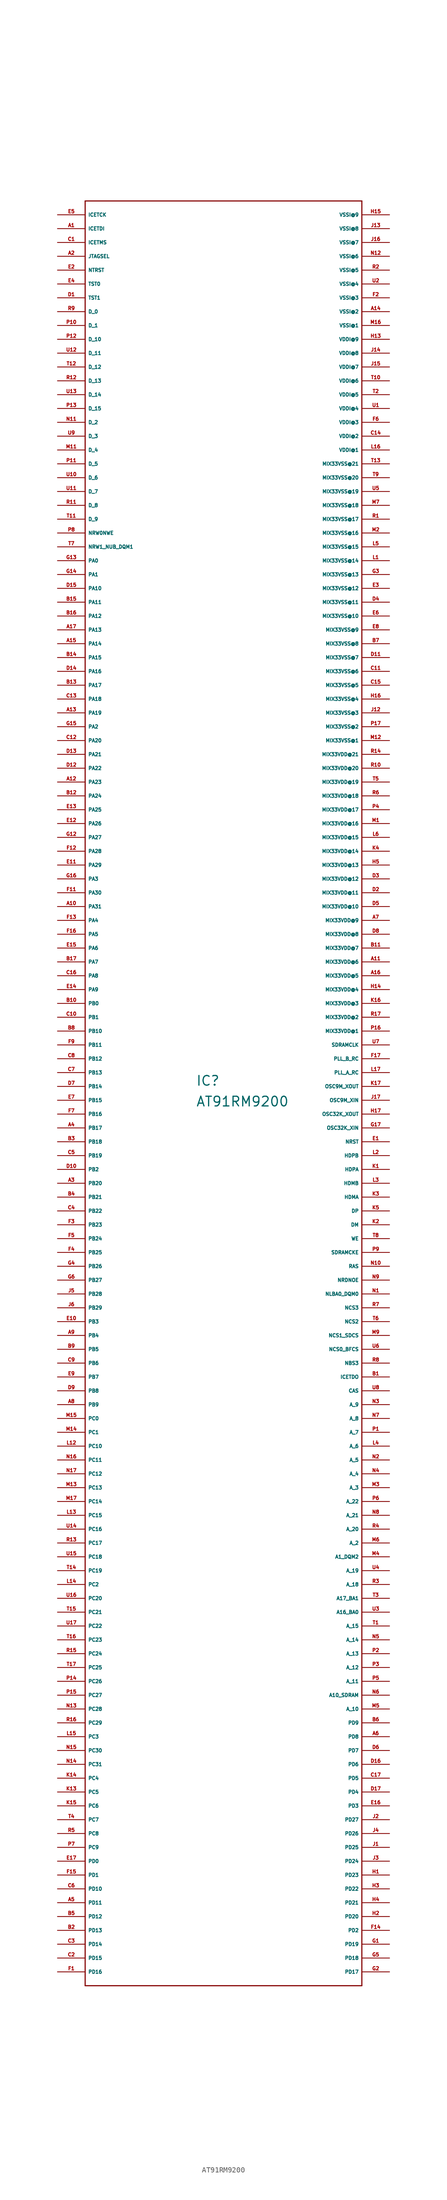
<source format=kicad_sym>
(kicad_symbol_lib
  (version 20220914)
  (generator Eagle2Kicad)
  (symbol "AT91RM9200"
    (property "Reference" "IC"
      (at -5.08 0 0)
      (effects (font (size 1.778 1.778) (thickness 0.22)) (justify left bottom)))
    (property "Value" "AT91RM9200"
      (at -5.08 -3.81 0)
      (effects (font (size 1.778 1.778) (thickness 0.22)) (justify left bottom)))
    (polyline
      (pts (xy -25.4 -165.1) (xy 25.4 -165.1))
      (stroke (width 0.203) (type default))
      (fill (type none)))
    (polyline
      (pts (xy 25.4 -165.1) (xy 25.4 162.56))
      (stroke (width 0.203) (type default))
      (fill (type none)))
    (polyline
      (pts (xy 25.4 162.56) (xy -25.4 162.56))
      (stroke (width 0.203) (type default))
      (fill (type none)))
    (polyline
      (pts (xy -25.4 162.56) (xy -25.4 -165.1))
      (stroke (width 0.203) (type default))
      (fill (type none)))
    (pin input line
      (at -30.48 160.02 0)
      (length 5.08)
      (name "ICETCK" (effects (font (size 0.635 0.635) (thickness 0.08)) (justify left bottom)))
      (number "E5" (effects (font (size 0.635 0.635) (thickness 0.08)) (justify left bottom))))
    (pin input line
      (at -30.48 157.48 0)
      (length 5.08)
      (name "ICETDI" (effects (font (size 0.635 0.635) (thickness 0.08)) (justify left bottom)))
      (number "A1" (effects (font (size 0.635 0.635) (thickness 0.08)) (justify left bottom))))
    (pin input line
      (at -30.48 154.94 0)
      (length 5.08)
      (name "ICETMS" (effects (font (size 0.635 0.635) (thickness 0.08)) (justify left bottom)))
      (number "C1" (effects (font (size 0.635 0.635) (thickness 0.08)) (justify left bottom))))
    (pin input line
      (at -30.48 152.4 0)
      (length 5.08)
      (name "JTAGSEL" (effects (font (size 0.635 0.635) (thickness 0.08)) (justify left bottom)))
      (number "A2" (effects (font (size 0.635 0.635) (thickness 0.08)) (justify left bottom))))
    (pin input line
      (at -30.48 149.86 0)
      (length 5.08)
      (name "NTRST" (effects (font (size 0.635 0.635) (thickness 0.08)) (justify left bottom)))
      (number "E2" (effects (font (size 0.635 0.635) (thickness 0.08)) (justify left bottom))))
    (pin input line
      (at -30.48 147.32 0)
      (length 5.08)
      (name "TST0" (effects (font (size 0.635 0.635) (thickness 0.08)) (justify left bottom)))
      (number "E4" (effects (font (size 0.635 0.635) (thickness 0.08)) (justify left bottom))))
    (pin input line
      (at -30.48 144.78 0)
      (length 5.08)
      (name "TST1" (effects (font (size 0.635 0.635) (thickness 0.08)) (justify left bottom)))
      (number "D1" (effects (font (size 0.635 0.635) (thickness 0.08)) (justify left bottom))))
    (pin bidirectional line
      (at -30.48 142.24 0)
      (length 5.08)
      (name "D_0" (effects (font (size 0.635 0.635) (thickness 0.08)) (justify left bottom)))
      (number "R9" (effects (font (size 0.635 0.635) (thickness 0.08)) (justify left bottom))))
    (pin bidirectional line
      (at -30.48 139.7 0)
      (length 5.08)
      (name "D_1" (effects (font (size 0.635 0.635) (thickness 0.08)) (justify left bottom)))
      (number "P10" (effects (font (size 0.635 0.635) (thickness 0.08)) (justify left bottom))))
    (pin bidirectional line
      (at -30.48 137.16 0)
      (length 5.08)
      (name "D_10" (effects (font (size 0.635 0.635) (thickness 0.08)) (justify left bottom)))
      (number "P12" (effects (font (size 0.635 0.635) (thickness 0.08)) (justify left bottom))))
    (pin bidirectional line
      (at -30.48 134.62 0)
      (length 5.08)
      (name "D_11" (effects (font (size 0.635 0.635) (thickness 0.08)) (justify left bottom)))
      (number "U12" (effects (font (size 0.635 0.635) (thickness 0.08)) (justify left bottom))))
    (pin bidirectional line
      (at -30.48 132.08 0)
      (length 5.08)
      (name "D_12" (effects (font (size 0.635 0.635) (thickness 0.08)) (justify left bottom)))
      (number "T12" (effects (font (size 0.635 0.635) (thickness 0.08)) (justify left bottom))))
    (pin bidirectional line
      (at -30.48 129.54 0)
      (length 5.08)
      (name "D_13" (effects (font (size 0.635 0.635) (thickness 0.08)) (justify left bottom)))
      (number "R12" (effects (font (size 0.635 0.635) (thickness 0.08)) (justify left bottom))))
    (pin bidirectional line
      (at -30.48 127 0)
      (length 5.08)
      (name "D_14" (effects (font (size 0.635 0.635) (thickness 0.08)) (justify left bottom)))
      (number "U13" (effects (font (size 0.635 0.635) (thickness 0.08)) (justify left bottom))))
    (pin bidirectional line
      (at -30.48 124.46 0)
      (length 5.08)
      (name "D_15" (effects (font (size 0.635 0.635) (thickness 0.08)) (justify left bottom)))
      (number "P13" (effects (font (size 0.635 0.635) (thickness 0.08)) (justify left bottom))))
    (pin bidirectional line
      (at -30.48 121.92 0)
      (length 5.08)
      (name "D_2" (effects (font (size 0.635 0.635) (thickness 0.08)) (justify left bottom)))
      (number "N11" (effects (font (size 0.635 0.635) (thickness 0.08)) (justify left bottom))))
    (pin bidirectional line
      (at -30.48 119.38 0)
      (length 5.08)
      (name "D_3" (effects (font (size 0.635 0.635) (thickness 0.08)) (justify left bottom)))
      (number "U9" (effects (font (size 0.635 0.635) (thickness 0.08)) (justify left bottom))))
    (pin bidirectional line
      (at -30.48 116.84 0)
      (length 5.08)
      (name "D_4" (effects (font (size 0.635 0.635) (thickness 0.08)) (justify left bottom)))
      (number "M11" (effects (font (size 0.635 0.635) (thickness 0.08)) (justify left bottom))))
    (pin bidirectional line
      (at -30.48 114.3 0)
      (length 5.08)
      (name "D_5" (effects (font (size 0.635 0.635) (thickness 0.08)) (justify left bottom)))
      (number "P11" (effects (font (size 0.635 0.635) (thickness 0.08)) (justify left bottom))))
    (pin bidirectional line
      (at -30.48 111.76 0)
      (length 5.08)
      (name "D_6" (effects (font (size 0.635 0.635) (thickness 0.08)) (justify left bottom)))
      (number "U10" (effects (font (size 0.635 0.635) (thickness 0.08)) (justify left bottom))))
    (pin bidirectional line
      (at -30.48 109.22 0)
      (length 5.08)
      (name "D_7" (effects (font (size 0.635 0.635) (thickness 0.08)) (justify left bottom)))
      (number "U11" (effects (font (size 0.635 0.635) (thickness 0.08)) (justify left bottom))))
    (pin bidirectional line
      (at -30.48 106.68 0)
      (length 5.08)
      (name "D_8" (effects (font (size 0.635 0.635) (thickness 0.08)) (justify left bottom)))
      (number "R11" (effects (font (size 0.635 0.635) (thickness 0.08)) (justify left bottom))))
    (pin bidirectional line
      (at -30.48 104.14 0)
      (length 5.08)
      (name "D_9" (effects (font (size 0.635 0.635) (thickness 0.08)) (justify left bottom)))
      (number "T11" (effects (font (size 0.635 0.635) (thickness 0.08)) (justify left bottom))))
    (pin bidirectional line
      (at -30.48 101.6 0)
      (length 5.08)
      (name "NRW0NWE" (effects (font (size 0.635 0.635) (thickness 0.08)) (justify left bottom)))
      (number "P8" (effects (font (size 0.635 0.635) (thickness 0.08)) (justify left bottom))))
    (pin bidirectional line
      (at -30.48 99.06 0)
      (length 5.08)
      (name "NRW1_NUB_DQM1" (effects (font (size 0.635 0.635) (thickness 0.08)) (justify left bottom)))
      (number "T7" (effects (font (size 0.635 0.635) (thickness 0.08)) (justify left bottom))))
    (pin bidirectional line
      (at -30.48 96.52 0)
      (length 5.08)
      (name "PA0" (effects (font (size 0.635 0.635) (thickness 0.08)) (justify left bottom)))
      (number "G13" (effects (font (size 0.635 0.635) (thickness 0.08)) (justify left bottom))))
    (pin bidirectional line
      (at -30.48 93.98 0)
      (length 5.08)
      (name "PA1" (effects (font (size 0.635 0.635) (thickness 0.08)) (justify left bottom)))
      (number "G14" (effects (font (size 0.635 0.635) (thickness 0.08)) (justify left bottom))))
    (pin bidirectional line
      (at -30.48 91.44 0)
      (length 5.08)
      (name "PA10" (effects (font (size 0.635 0.635) (thickness 0.08)) (justify left bottom)))
      (number "D15" (effects (font (size 0.635 0.635) (thickness 0.08)) (justify left bottom))))
    (pin bidirectional line
      (at -30.48 88.9 0)
      (length 5.08)
      (name "PA11" (effects (font (size 0.635 0.635) (thickness 0.08)) (justify left bottom)))
      (number "B15" (effects (font (size 0.635 0.635) (thickness 0.08)) (justify left bottom))))
    (pin bidirectional line
      (at -30.48 86.36 0)
      (length 5.08)
      (name "PA12" (effects (font (size 0.635 0.635) (thickness 0.08)) (justify left bottom)))
      (number "B16" (effects (font (size 0.635 0.635) (thickness 0.08)) (justify left bottom))))
    (pin bidirectional line
      (at -30.48 83.82 0)
      (length 5.08)
      (name "PA13" (effects (font (size 0.635 0.635) (thickness 0.08)) (justify left bottom)))
      (number "A17" (effects (font (size 0.635 0.635) (thickness 0.08)) (justify left bottom))))
    (pin bidirectional line
      (at -30.48 81.28 0)
      (length 5.08)
      (name "PA14" (effects (font (size 0.635 0.635) (thickness 0.08)) (justify left bottom)))
      (number "A15" (effects (font (size 0.635 0.635) (thickness 0.08)) (justify left bottom))))
    (pin bidirectional line
      (at -30.48 78.74 0)
      (length 5.08)
      (name "PA15" (effects (font (size 0.635 0.635) (thickness 0.08)) (justify left bottom)))
      (number "B14" (effects (font (size 0.635 0.635) (thickness 0.08)) (justify left bottom))))
    (pin bidirectional line
      (at -30.48 76.2 0)
      (length 5.08)
      (name "PA16" (effects (font (size 0.635 0.635) (thickness 0.08)) (justify left bottom)))
      (number "D14" (effects (font (size 0.635 0.635) (thickness 0.08)) (justify left bottom))))
    (pin bidirectional line
      (at -30.48 73.66 0)
      (length 5.08)
      (name "PA17" (effects (font (size 0.635 0.635) (thickness 0.08)) (justify left bottom)))
      (number "B13" (effects (font (size 0.635 0.635) (thickness 0.08)) (justify left bottom))))
    (pin bidirectional line
      (at -30.48 71.12 0)
      (length 5.08)
      (name "PA18" (effects (font (size 0.635 0.635) (thickness 0.08)) (justify left bottom)))
      (number "C13" (effects (font (size 0.635 0.635) (thickness 0.08)) (justify left bottom))))
    (pin bidirectional line
      (at -30.48 68.58 0)
      (length 5.08)
      (name "PA19" (effects (font (size 0.635 0.635) (thickness 0.08)) (justify left bottom)))
      (number "A13" (effects (font (size 0.635 0.635) (thickness 0.08)) (justify left bottom))))
    (pin bidirectional line
      (at -30.48 66.04 0)
      (length 5.08)
      (name "PA2" (effects (font (size 0.635 0.635) (thickness 0.08)) (justify left bottom)))
      (number "G15" (effects (font (size 0.635 0.635) (thickness 0.08)) (justify left bottom))))
    (pin bidirectional line
      (at -30.48 63.5 0)
      (length 5.08)
      (name "PA20" (effects (font (size 0.635 0.635) (thickness 0.08)) (justify left bottom)))
      (number "C12" (effects (font (size 0.635 0.635) (thickness 0.08)) (justify left bottom))))
    (pin bidirectional line
      (at -30.48 60.96 0)
      (length 5.08)
      (name "PA21" (effects (font (size 0.635 0.635) (thickness 0.08)) (justify left bottom)))
      (number "D13" (effects (font (size 0.635 0.635) (thickness 0.08)) (justify left bottom))))
    (pin bidirectional line
      (at -30.48 58.42 0)
      (length 5.08)
      (name "PA22" (effects (font (size 0.635 0.635) (thickness 0.08)) (justify left bottom)))
      (number "D12" (effects (font (size 0.635 0.635) (thickness 0.08)) (justify left bottom))))
    (pin bidirectional line
      (at -30.48 55.88 0)
      (length 5.08)
      (name "PA23" (effects (font (size 0.635 0.635) (thickness 0.08)) (justify left bottom)))
      (number "A12" (effects (font (size 0.635 0.635) (thickness 0.08)) (justify left bottom))))
    (pin bidirectional line
      (at -30.48 53.34 0)
      (length 5.08)
      (name "PA24" (effects (font (size 0.635 0.635) (thickness 0.08)) (justify left bottom)))
      (number "B12" (effects (font (size 0.635 0.635) (thickness 0.08)) (justify left bottom))))
    (pin bidirectional line
      (at -30.48 50.8 0)
      (length 5.08)
      (name "PA25" (effects (font (size 0.635 0.635) (thickness 0.08)) (justify left bottom)))
      (number "E13" (effects (font (size 0.635 0.635) (thickness 0.08)) (justify left bottom))))
    (pin bidirectional line
      (at -30.48 48.26 0)
      (length 5.08)
      (name "PA26" (effects (font (size 0.635 0.635) (thickness 0.08)) (justify left bottom)))
      (number "E12" (effects (font (size 0.635 0.635) (thickness 0.08)) (justify left bottom))))
    (pin bidirectional line
      (at -30.48 45.72 0)
      (length 5.08)
      (name "PA27" (effects (font (size 0.635 0.635) (thickness 0.08)) (justify left bottom)))
      (number "G12" (effects (font (size 0.635 0.635) (thickness 0.08)) (justify left bottom))))
    (pin bidirectional line
      (at -30.48 43.18 0)
      (length 5.08)
      (name "PA28" (effects (font (size 0.635 0.635) (thickness 0.08)) (justify left bottom)))
      (number "F12" (effects (font (size 0.635 0.635) (thickness 0.08)) (justify left bottom))))
    (pin bidirectional line
      (at -30.48 40.64 0)
      (length 5.08)
      (name "PA29" (effects (font (size 0.635 0.635) (thickness 0.08)) (justify left bottom)))
      (number "E11" (effects (font (size 0.635 0.635) (thickness 0.08)) (justify left bottom))))
    (pin bidirectional line
      (at -30.48 38.1 0)
      (length 5.08)
      (name "PA3" (effects (font (size 0.635 0.635) (thickness 0.08)) (justify left bottom)))
      (number "G16" (effects (font (size 0.635 0.635) (thickness 0.08)) (justify left bottom))))
    (pin bidirectional line
      (at -30.48 35.56 0)
      (length 5.08)
      (name "PA30" (effects (font (size 0.635 0.635) (thickness 0.08)) (justify left bottom)))
      (number "F11" (effects (font (size 0.635 0.635) (thickness 0.08)) (justify left bottom))))
    (pin bidirectional line
      (at -30.48 33.02 0)
      (length 5.08)
      (name "PA31" (effects (font (size 0.635 0.635) (thickness 0.08)) (justify left bottom)))
      (number "A10" (effects (font (size 0.635 0.635) (thickness 0.08)) (justify left bottom))))
    (pin bidirectional line
      (at -30.48 30.48 0)
      (length 5.08)
      (name "PA4" (effects (font (size 0.635 0.635) (thickness 0.08)) (justify left bottom)))
      (number "F13" (effects (font (size 0.635 0.635) (thickness 0.08)) (justify left bottom))))
    (pin bidirectional line
      (at -30.48 27.94 0)
      (length 5.08)
      (name "PA5" (effects (font (size 0.635 0.635) (thickness 0.08)) (justify left bottom)))
      (number "F16" (effects (font (size 0.635 0.635) (thickness 0.08)) (justify left bottom))))
    (pin bidirectional line
      (at -30.48 25.4 0)
      (length 5.08)
      (name "PA6" (effects (font (size 0.635 0.635) (thickness 0.08)) (justify left bottom)))
      (number "E15" (effects (font (size 0.635 0.635) (thickness 0.08)) (justify left bottom))))
    (pin bidirectional line
      (at -30.48 22.86 0)
      (length 5.08)
      (name "PA7" (effects (font (size 0.635 0.635) (thickness 0.08)) (justify left bottom)))
      (number "B17" (effects (font (size 0.635 0.635) (thickness 0.08)) (justify left bottom))))
    (pin bidirectional line
      (at -30.48 20.32 0)
      (length 5.08)
      (name "PA8" (effects (font (size 0.635 0.635) (thickness 0.08)) (justify left bottom)))
      (number "C16" (effects (font (size 0.635 0.635) (thickness 0.08)) (justify left bottom))))
    (pin bidirectional line
      (at -30.48 17.78 0)
      (length 5.08)
      (name "PA9" (effects (font (size 0.635 0.635) (thickness 0.08)) (justify left bottom)))
      (number "E14" (effects (font (size 0.635 0.635) (thickness 0.08)) (justify left bottom))))
    (pin bidirectional line
      (at -30.48 15.24 0)
      (length 5.08)
      (name "PB0" (effects (font (size 0.635 0.635) (thickness 0.08)) (justify left bottom)))
      (number "B10" (effects (font (size 0.635 0.635) (thickness 0.08)) (justify left bottom))))
    (pin bidirectional line
      (at -30.48 12.7 0)
      (length 5.08)
      (name "PB1" (effects (font (size 0.635 0.635) (thickness 0.08)) (justify left bottom)))
      (number "C10" (effects (font (size 0.635 0.635) (thickness 0.08)) (justify left bottom))))
    (pin bidirectional line
      (at -30.48 10.16 0)
      (length 5.08)
      (name "PB10" (effects (font (size 0.635 0.635) (thickness 0.08)) (justify left bottom)))
      (number "B8" (effects (font (size 0.635 0.635) (thickness 0.08)) (justify left bottom))))
    (pin bidirectional line
      (at -30.48 7.62 0)
      (length 5.08)
      (name "PB11" (effects (font (size 0.635 0.635) (thickness 0.08)) (justify left bottom)))
      (number "F9" (effects (font (size 0.635 0.635) (thickness 0.08)) (justify left bottom))))
    (pin bidirectional line
      (at -30.48 5.08 0)
      (length 5.08)
      (name "PB12" (effects (font (size 0.635 0.635) (thickness 0.08)) (justify left bottom)))
      (number "C8" (effects (font (size 0.635 0.635) (thickness 0.08)) (justify left bottom))))
    (pin bidirectional line
      (at -30.48 2.54 0)
      (length 5.08)
      (name "PB13" (effects (font (size 0.635 0.635) (thickness 0.08)) (justify left bottom)))
      (number "C7" (effects (font (size 0.635 0.635) (thickness 0.08)) (justify left bottom))))
    (pin bidirectional line
      (at -30.48 0 0)
      (length 5.08)
      (name "PB14" (effects (font (size 0.635 0.635) (thickness 0.08)) (justify left bottom)))
      (number "D7" (effects (font (size 0.635 0.635) (thickness 0.08)) (justify left bottom))))
    (pin bidirectional line
      (at -30.48 -2.54 0)
      (length 5.08)
      (name "PB15" (effects (font (size 0.635 0.635) (thickness 0.08)) (justify left bottom)))
      (number "E7" (effects (font (size 0.635 0.635) (thickness 0.08)) (justify left bottom))))
    (pin bidirectional line
      (at -30.48 -5.08 0)
      (length 5.08)
      (name "PB16" (effects (font (size 0.635 0.635) (thickness 0.08)) (justify left bottom)))
      (number "F7" (effects (font (size 0.635 0.635) (thickness 0.08)) (justify left bottom))))
    (pin bidirectional line
      (at -30.48 -7.62 0)
      (length 5.08)
      (name "PB17" (effects (font (size 0.635 0.635) (thickness 0.08)) (justify left bottom)))
      (number "A4" (effects (font (size 0.635 0.635) (thickness 0.08)) (justify left bottom))))
    (pin bidirectional line
      (at -30.48 -10.16 0)
      (length 5.08)
      (name "PB18" (effects (font (size 0.635 0.635) (thickness 0.08)) (justify left bottom)))
      (number "B3" (effects (font (size 0.635 0.635) (thickness 0.08)) (justify left bottom))))
    (pin bidirectional line
      (at -30.48 -12.7 0)
      (length 5.08)
      (name "PB19" (effects (font (size 0.635 0.635) (thickness 0.08)) (justify left bottom)))
      (number "C5" (effects (font (size 0.635 0.635) (thickness 0.08)) (justify left bottom))))
    (pin bidirectional line
      (at -30.48 -15.24 0)
      (length 5.08)
      (name "PB2" (effects (font (size 0.635 0.635) (thickness 0.08)) (justify left bottom)))
      (number "D10" (effects (font (size 0.635 0.635) (thickness 0.08)) (justify left bottom))))
    (pin bidirectional line
      (at -30.48 -17.78 0)
      (length 5.08)
      (name "PB20" (effects (font (size 0.635 0.635) (thickness 0.08)) (justify left bottom)))
      (number "A3" (effects (font (size 0.635 0.635) (thickness 0.08)) (justify left bottom))))
    (pin bidirectional line
      (at -30.48 -20.32 0)
      (length 5.08)
      (name "PB21" (effects (font (size 0.635 0.635) (thickness 0.08)) (justify left bottom)))
      (number "B4" (effects (font (size 0.635 0.635) (thickness 0.08)) (justify left bottom))))
    (pin bidirectional line
      (at -30.48 -22.86 0)
      (length 5.08)
      (name "PB22" (effects (font (size 0.635 0.635) (thickness 0.08)) (justify left bottom)))
      (number "C4" (effects (font (size 0.635 0.635) (thickness 0.08)) (justify left bottom))))
    (pin bidirectional line
      (at -30.48 -25.4 0)
      (length 5.08)
      (name "PB23" (effects (font (size 0.635 0.635) (thickness 0.08)) (justify left bottom)))
      (number "F3" (effects (font (size 0.635 0.635) (thickness 0.08)) (justify left bottom))))
    (pin bidirectional line
      (at -30.48 -27.94 0)
      (length 5.08)
      (name "PB24" (effects (font (size 0.635 0.635) (thickness 0.08)) (justify left bottom)))
      (number "F5" (effects (font (size 0.635 0.635) (thickness 0.08)) (justify left bottom))))
    (pin bidirectional line
      (at -30.48 -30.48 0)
      (length 5.08)
      (name "PB25" (effects (font (size 0.635 0.635) (thickness 0.08)) (justify left bottom)))
      (number "F4" (effects (font (size 0.635 0.635) (thickness 0.08)) (justify left bottom))))
    (pin bidirectional line
      (at -30.48 -33.02 0)
      (length 5.08)
      (name "PB26" (effects (font (size 0.635 0.635) (thickness 0.08)) (justify left bottom)))
      (number "G4" (effects (font (size 0.635 0.635) (thickness 0.08)) (justify left bottom))))
    (pin bidirectional line
      (at -30.48 -35.56 0)
      (length 5.08)
      (name "PB27" (effects (font (size 0.635 0.635) (thickness 0.08)) (justify left bottom)))
      (number "G6" (effects (font (size 0.635 0.635) (thickness 0.08)) (justify left bottom))))
    (pin bidirectional line
      (at -30.48 -38.1 0)
      (length 5.08)
      (name "PB28" (effects (font (size 0.635 0.635) (thickness 0.08)) (justify left bottom)))
      (number "J5" (effects (font (size 0.635 0.635) (thickness 0.08)) (justify left bottom))))
    (pin bidirectional line
      (at -30.48 -40.64 0)
      (length 5.08)
      (name "PB29" (effects (font (size 0.635 0.635) (thickness 0.08)) (justify left bottom)))
      (number "J6" (effects (font (size 0.635 0.635) (thickness 0.08)) (justify left bottom))))
    (pin bidirectional line
      (at -30.48 -43.18 0)
      (length 5.08)
      (name "PB3" (effects (font (size 0.635 0.635) (thickness 0.08)) (justify left bottom)))
      (number "E10" (effects (font (size 0.635 0.635) (thickness 0.08)) (justify left bottom))))
    (pin bidirectional line
      (at -30.48 -45.72 0)
      (length 5.08)
      (name "PB4" (effects (font (size 0.635 0.635) (thickness 0.08)) (justify left bottom)))
      (number "A9" (effects (font (size 0.635 0.635) (thickness 0.08)) (justify left bottom))))
    (pin bidirectional line
      (at -30.48 -48.26 0)
      (length 5.08)
      (name "PB5" (effects (font (size 0.635 0.635) (thickness 0.08)) (justify left bottom)))
      (number "B9" (effects (font (size 0.635 0.635) (thickness 0.08)) (justify left bottom))))
    (pin bidirectional line
      (at -30.48 -50.8 0)
      (length 5.08)
      (name "PB6" (effects (font (size 0.635 0.635) (thickness 0.08)) (justify left bottom)))
      (number "C9" (effects (font (size 0.635 0.635) (thickness 0.08)) (justify left bottom))))
    (pin bidirectional line
      (at -30.48 -53.34 0)
      (length 5.08)
      (name "PB7" (effects (font (size 0.635 0.635) (thickness 0.08)) (justify left bottom)))
      (number "E9" (effects (font (size 0.635 0.635) (thickness 0.08)) (justify left bottom))))
    (pin bidirectional line
      (at -30.48 -55.88 0)
      (length 5.08)
      (name "PB8" (effects (font (size 0.635 0.635) (thickness 0.08)) (justify left bottom)))
      (number "D9" (effects (font (size 0.635 0.635) (thickness 0.08)) (justify left bottom))))
    (pin bidirectional line
      (at -30.48 -58.42 0)
      (length 5.08)
      (name "PB9" (effects (font (size 0.635 0.635) (thickness 0.08)) (justify left bottom)))
      (number "A8" (effects (font (size 0.635 0.635) (thickness 0.08)) (justify left bottom))))
    (pin bidirectional line
      (at -30.48 -60.96 0)
      (length 5.08)
      (name "PC0" (effects (font (size 0.635 0.635) (thickness 0.08)) (justify left bottom)))
      (number "M15" (effects (font (size 0.635 0.635) (thickness 0.08)) (justify left bottom))))
    (pin bidirectional line
      (at -30.48 -63.5 0)
      (length 5.08)
      (name "PC1" (effects (font (size 0.635 0.635) (thickness 0.08)) (justify left bottom)))
      (number "M14" (effects (font (size 0.635 0.635) (thickness 0.08)) (justify left bottom))))
    (pin bidirectional line
      (at -30.48 -66.04 0)
      (length 5.08)
      (name "PC10" (effects (font (size 0.635 0.635) (thickness 0.08)) (justify left bottom)))
      (number "L12" (effects (font (size 0.635 0.635) (thickness 0.08)) (justify left bottom))))
    (pin bidirectional line
      (at -30.48 -68.58 0)
      (length 5.08)
      (name "PC11" (effects (font (size 0.635 0.635) (thickness 0.08)) (justify left bottom)))
      (number "N16" (effects (font (size 0.635 0.635) (thickness 0.08)) (justify left bottom))))
    (pin bidirectional line
      (at -30.48 -71.12 0)
      (length 5.08)
      (name "PC12" (effects (font (size 0.635 0.635) (thickness 0.08)) (justify left bottom)))
      (number "N17" (effects (font (size 0.635 0.635) (thickness 0.08)) (justify left bottom))))
    (pin bidirectional line
      (at -30.48 -73.66 0)
      (length 5.08)
      (name "PC13" (effects (font (size 0.635 0.635) (thickness 0.08)) (justify left bottom)))
      (number "M13" (effects (font (size 0.635 0.635) (thickness 0.08)) (justify left bottom))))
    (pin bidirectional line
      (at -30.48 -76.2 0)
      (length 5.08)
      (name "PC14" (effects (font (size 0.635 0.635) (thickness 0.08)) (justify left bottom)))
      (number "M17" (effects (font (size 0.635 0.635) (thickness 0.08)) (justify left bottom))))
    (pin bidirectional line
      (at -30.48 -78.74 0)
      (length 5.08)
      (name "PC15" (effects (font (size 0.635 0.635) (thickness 0.08)) (justify left bottom)))
      (number "L13" (effects (font (size 0.635 0.635) (thickness 0.08)) (justify left bottom))))
    (pin bidirectional line
      (at -30.48 -81.28 0)
      (length 5.08)
      (name "PC16" (effects (font (size 0.635 0.635) (thickness 0.08)) (justify left bottom)))
      (number "U14" (effects (font (size 0.635 0.635) (thickness 0.08)) (justify left bottom))))
    (pin bidirectional line
      (at -30.48 -83.82 0)
      (length 5.08)
      (name "PC17" (effects (font (size 0.635 0.635) (thickness 0.08)) (justify left bottom)))
      (number "R13" (effects (font (size 0.635 0.635) (thickness 0.08)) (justify left bottom))))
    (pin bidirectional line
      (at -30.48 -86.36 0)
      (length 5.08)
      (name "PC18" (effects (font (size 0.635 0.635) (thickness 0.08)) (justify left bottom)))
      (number "U15" (effects (font (size 0.635 0.635) (thickness 0.08)) (justify left bottom))))
    (pin bidirectional line
      (at -30.48 -88.9 0)
      (length 5.08)
      (name "PC19" (effects (font (size 0.635 0.635) (thickness 0.08)) (justify left bottom)))
      (number "T14" (effects (font (size 0.635 0.635) (thickness 0.08)) (justify left bottom))))
    (pin bidirectional line
      (at -30.48 -91.44 0)
      (length 5.08)
      (name "PC2" (effects (font (size 0.635 0.635) (thickness 0.08)) (justify left bottom)))
      (number "L14" (effects (font (size 0.635 0.635) (thickness 0.08)) (justify left bottom))))
    (pin bidirectional line
      (at -30.48 -93.98 0)
      (length 5.08)
      (name "PC20" (effects (font (size 0.635 0.635) (thickness 0.08)) (justify left bottom)))
      (number "U16" (effects (font (size 0.635 0.635) (thickness 0.08)) (justify left bottom))))
    (pin bidirectional line
      (at -30.48 -96.52 0)
      (length 5.08)
      (name "PC21" (effects (font (size 0.635 0.635) (thickness 0.08)) (justify left bottom)))
      (number "T15" (effects (font (size 0.635 0.635) (thickness 0.08)) (justify left bottom))))
    (pin bidirectional line
      (at -30.48 -99.06 0)
      (length 5.08)
      (name "PC22" (effects (font (size 0.635 0.635) (thickness 0.08)) (justify left bottom)))
      (number "U17" (effects (font (size 0.635 0.635) (thickness 0.08)) (justify left bottom))))
    (pin bidirectional line
      (at -30.48 -101.6 0)
      (length 5.08)
      (name "PC23" (effects (font (size 0.635 0.635) (thickness 0.08)) (justify left bottom)))
      (number "T16" (effects (font (size 0.635 0.635) (thickness 0.08)) (justify left bottom))))
    (pin bidirectional line
      (at -30.48 -104.14 0)
      (length 5.08)
      (name "PC24" (effects (font (size 0.635 0.635) (thickness 0.08)) (justify left bottom)))
      (number "R15" (effects (font (size 0.635 0.635) (thickness 0.08)) (justify left bottom))))
    (pin bidirectional line
      (at -30.48 -106.68 0)
      (length 5.08)
      (name "PC25" (effects (font (size 0.635 0.635) (thickness 0.08)) (justify left bottom)))
      (number "T17" (effects (font (size 0.635 0.635) (thickness 0.08)) (justify left bottom))))
    (pin bidirectional line
      (at -30.48 -109.22 0)
      (length 5.08)
      (name "PC26" (effects (font (size 0.635 0.635) (thickness 0.08)) (justify left bottom)))
      (number "P14" (effects (font (size 0.635 0.635) (thickness 0.08)) (justify left bottom))))
    (pin bidirectional line
      (at -30.48 -111.76 0)
      (length 5.08)
      (name "PC27" (effects (font (size 0.635 0.635) (thickness 0.08)) (justify left bottom)))
      (number "P15" (effects (font (size 0.635 0.635) (thickness 0.08)) (justify left bottom))))
    (pin bidirectional line
      (at -30.48 -114.3 0)
      (length 5.08)
      (name "PC28" (effects (font (size 0.635 0.635) (thickness 0.08)) (justify left bottom)))
      (number "N13" (effects (font (size 0.635 0.635) (thickness 0.08)) (justify left bottom))))
    (pin bidirectional line
      (at -30.48 -116.84 0)
      (length 5.08)
      (name "PC29" (effects (font (size 0.635 0.635) (thickness 0.08)) (justify left bottom)))
      (number "R16" (effects (font (size 0.635 0.635) (thickness 0.08)) (justify left bottom))))
    (pin bidirectional line
      (at -30.48 -119.38 0)
      (length 5.08)
      (name "PC3" (effects (font (size 0.635 0.635) (thickness 0.08)) (justify left bottom)))
      (number "L15" (effects (font (size 0.635 0.635) (thickness 0.08)) (justify left bottom))))
    (pin bidirectional line
      (at -30.48 -121.92 0)
      (length 5.08)
      (name "PC30" (effects (font (size 0.635 0.635) (thickness 0.08)) (justify left bottom)))
      (number "N15" (effects (font (size 0.635 0.635) (thickness 0.08)) (justify left bottom))))
    (pin bidirectional line
      (at -30.48 -124.46 0)
      (length 5.08)
      (name "PC31" (effects (font (size 0.635 0.635) (thickness 0.08)) (justify left bottom)))
      (number "N14" (effects (font (size 0.635 0.635) (thickness 0.08)) (justify left bottom))))
    (pin bidirectional line
      (at -30.48 -127 0)
      (length 5.08)
      (name "PC4" (effects (font (size 0.635 0.635) (thickness 0.08)) (justify left bottom)))
      (number "K14" (effects (font (size 0.635 0.635) (thickness 0.08)) (justify left bottom))))
    (pin bidirectional line
      (at -30.48 -129.54 0)
      (length 5.08)
      (name "PC5" (effects (font (size 0.635 0.635) (thickness 0.08)) (justify left bottom)))
      (number "K13" (effects (font (size 0.635 0.635) (thickness 0.08)) (justify left bottom))))
    (pin bidirectional line
      (at -30.48 -132.08 0)
      (length 5.08)
      (name "PC6" (effects (font (size 0.635 0.635) (thickness 0.08)) (justify left bottom)))
      (number "K15" (effects (font (size 0.635 0.635) (thickness 0.08)) (justify left bottom))))
    (pin bidirectional line
      (at -30.48 -134.62 0)
      (length 5.08)
      (name "PC7" (effects (font (size 0.635 0.635) (thickness 0.08)) (justify left bottom)))
      (number "T4" (effects (font (size 0.635 0.635) (thickness 0.08)) (justify left bottom))))
    (pin bidirectional line
      (at -30.48 -137.16 0)
      (length 5.08)
      (name "PC8" (effects (font (size 0.635 0.635) (thickness 0.08)) (justify left bottom)))
      (number "R5" (effects (font (size 0.635 0.635) (thickness 0.08)) (justify left bottom))))
    (pin bidirectional line
      (at -30.48 -139.7 0)
      (length 5.08)
      (name "PC9" (effects (font (size 0.635 0.635) (thickness 0.08)) (justify left bottom)))
      (number "P7" (effects (font (size 0.635 0.635) (thickness 0.08)) (justify left bottom))))
    (pin bidirectional line
      (at -30.48 -142.24 0)
      (length 5.08)
      (name "PD0" (effects (font (size 0.635 0.635) (thickness 0.08)) (justify left bottom)))
      (number "E17" (effects (font (size 0.635 0.635) (thickness 0.08)) (justify left bottom))))
    (pin bidirectional line
      (at -30.48 -144.78 0)
      (length 5.08)
      (name "PD1" (effects (font (size 0.635 0.635) (thickness 0.08)) (justify left bottom)))
      (number "F15" (effects (font (size 0.635 0.635) (thickness 0.08)) (justify left bottom))))
    (pin bidirectional line
      (at -30.48 -147.32 0)
      (length 5.08)
      (name "PD10" (effects (font (size 0.635 0.635) (thickness 0.08)) (justify left bottom)))
      (number "C6" (effects (font (size 0.635 0.635) (thickness 0.08)) (justify left bottom))))
    (pin bidirectional line
      (at -30.48 -149.86 0)
      (length 5.08)
      (name "PD11" (effects (font (size 0.635 0.635) (thickness 0.08)) (justify left bottom)))
      (number "A5" (effects (font (size 0.635 0.635) (thickness 0.08)) (justify left bottom))))
    (pin bidirectional line
      (at -30.48 -152.4 0)
      (length 5.08)
      (name "PD12" (effects (font (size 0.635 0.635) (thickness 0.08)) (justify left bottom)))
      (number "B5" (effects (font (size 0.635 0.635) (thickness 0.08)) (justify left bottom))))
    (pin bidirectional line
      (at -30.48 -154.94 0)
      (length 5.08)
      (name "PD13" (effects (font (size 0.635 0.635) (thickness 0.08)) (justify left bottom)))
      (number "B2" (effects (font (size 0.635 0.635) (thickness 0.08)) (justify left bottom))))
    (pin bidirectional line
      (at -30.48 -157.48 0)
      (length 5.08)
      (name "PD14" (effects (font (size 0.635 0.635) (thickness 0.08)) (justify left bottom)))
      (number "C3" (effects (font (size 0.635 0.635) (thickness 0.08)) (justify left bottom))))
    (pin bidirectional line
      (at -30.48 -160.02 0)
      (length 5.08)
      (name "PD15" (effects (font (size 0.635 0.635) (thickness 0.08)) (justify left bottom)))
      (number "C2" (effects (font (size 0.635 0.635) (thickness 0.08)) (justify left bottom))))
    (pin bidirectional line
      (at -30.48 -162.56 0)
      (length 5.08)
      (name "PD16" (effects (font (size 0.635 0.635) (thickness 0.08)) (justify left bottom)))
      (number "F1" (effects (font (size 0.635 0.635) (thickness 0.08)) (justify left bottom))))
    (pin bidirectional line
      (at 30.48 -162.56 180)
      (length 5.08)
      (name "PD17" (effects (font (size 0.635 0.635) (thickness 0.08)) (justify left bottom)))
      (number "G2" (effects (font (size 0.635 0.635) (thickness 0.08)) (justify left bottom))))
    (pin bidirectional line
      (at 30.48 -160.02 180)
      (length 5.08)
      (name "PD18" (effects (font (size 0.635 0.635) (thickness 0.08)) (justify left bottom)))
      (number "G5" (effects (font (size 0.635 0.635) (thickness 0.08)) (justify left bottom))))
    (pin bidirectional line
      (at 30.48 -157.48 180)
      (length 5.08)
      (name "PD19" (effects (font (size 0.635 0.635) (thickness 0.08)) (justify left bottom)))
      (number "G1" (effects (font (size 0.635 0.635) (thickness 0.08)) (justify left bottom))))
    (pin bidirectional line
      (at 30.48 -154.94 180)
      (length 5.08)
      (name "PD2" (effects (font (size 0.635 0.635) (thickness 0.08)) (justify left bottom)))
      (number "F14" (effects (font (size 0.635 0.635) (thickness 0.08)) (justify left bottom))))
    (pin bidirectional line
      (at 30.48 -152.4 180)
      (length 5.08)
      (name "PD20" (effects (font (size 0.635 0.635) (thickness 0.08)) (justify left bottom)))
      (number "H2" (effects (font (size 0.635 0.635) (thickness 0.08)) (justify left bottom))))
    (pin bidirectional line
      (at 30.48 -149.86 180)
      (length 5.08)
      (name "PD21" (effects (font (size 0.635 0.635) (thickness 0.08)) (justify left bottom)))
      (number "H4" (effects (font (size 0.635 0.635) (thickness 0.08)) (justify left bottom))))
    (pin bidirectional line
      (at 30.48 -147.32 180)
      (length 5.08)
      (name "PD22" (effects (font (size 0.635 0.635) (thickness 0.08)) (justify left bottom)))
      (number "H3" (effects (font (size 0.635 0.635) (thickness 0.08)) (justify left bottom))))
    (pin bidirectional line
      (at 30.48 -144.78 180)
      (length 5.08)
      (name "PD23" (effects (font (size 0.635 0.635) (thickness 0.08)) (justify left bottom)))
      (number "H1" (effects (font (size 0.635 0.635) (thickness 0.08)) (justify left bottom))))
    (pin bidirectional line
      (at 30.48 -142.24 180)
      (length 5.08)
      (name "PD24" (effects (font (size 0.635 0.635) (thickness 0.08)) (justify left bottom)))
      (number "J3" (effects (font (size 0.635 0.635) (thickness 0.08)) (justify left bottom))))
    (pin bidirectional line
      (at 30.48 -139.7 180)
      (length 5.08)
      (name "PD25" (effects (font (size 0.635 0.635) (thickness 0.08)) (justify left bottom)))
      (number "J1" (effects (font (size 0.635 0.635) (thickness 0.08)) (justify left bottom))))
    (pin bidirectional line
      (at 30.48 -137.16 180)
      (length 5.08)
      (name "PD26" (effects (font (size 0.635 0.635) (thickness 0.08)) (justify left bottom)))
      (number "J4" (effects (font (size 0.635 0.635) (thickness 0.08)) (justify left bottom))))
    (pin bidirectional line
      (at 30.48 -134.62 180)
      (length 5.08)
      (name "PD27" (effects (font (size 0.635 0.635) (thickness 0.08)) (justify left bottom)))
      (number "J2" (effects (font (size 0.635 0.635) (thickness 0.08)) (justify left bottom))))
    (pin bidirectional line
      (at 30.48 -132.08 180)
      (length 5.08)
      (name "PD3" (effects (font (size 0.635 0.635) (thickness 0.08)) (justify left bottom)))
      (number "E16" (effects (font (size 0.635 0.635) (thickness 0.08)) (justify left bottom))))
    (pin bidirectional line
      (at 30.48 -129.54 180)
      (length 5.08)
      (name "PD4" (effects (font (size 0.635 0.635) (thickness 0.08)) (justify left bottom)))
      (number "D17" (effects (font (size 0.635 0.635) (thickness 0.08)) (justify left bottom))))
    (pin bidirectional line
      (at 30.48 -127 180)
      (length 5.08)
      (name "PD5" (effects (font (size 0.635 0.635) (thickness 0.08)) (justify left bottom)))
      (number "C17" (effects (font (size 0.635 0.635) (thickness 0.08)) (justify left bottom))))
    (pin bidirectional line
      (at 30.48 -124.46 180)
      (length 5.08)
      (name "PD6" (effects (font (size 0.635 0.635) (thickness 0.08)) (justify left bottom)))
      (number "D16" (effects (font (size 0.635 0.635) (thickness 0.08)) (justify left bottom))))
    (pin bidirectional line
      (at 30.48 -121.92 180)
      (length 5.08)
      (name "PD7" (effects (font (size 0.635 0.635) (thickness 0.08)) (justify left bottom)))
      (number "D6" (effects (font (size 0.635 0.635) (thickness 0.08)) (justify left bottom))))
    (pin bidirectional line
      (at 30.48 -119.38 180)
      (length 5.08)
      (name "PD8" (effects (font (size 0.635 0.635) (thickness 0.08)) (justify left bottom)))
      (number "A6" (effects (font (size 0.635 0.635) (thickness 0.08)) (justify left bottom))))
    (pin bidirectional line
      (at 30.48 -116.84 180)
      (length 5.08)
      (name "PD9" (effects (font (size 0.635 0.635) (thickness 0.08)) (justify left bottom)))
      (number "B6" (effects (font (size 0.635 0.635) (thickness 0.08)) (justify left bottom))))
    (pin output line
      (at 30.48 -114.3 180)
      (length 5.08)
      (name "A_10" (effects (font (size 0.635 0.635) (thickness 0.08)) (justify left bottom)))
      (number "M5" (effects (font (size 0.635 0.635) (thickness 0.08)) (justify left bottom))))
    (pin output line
      (at 30.48 -111.76 180)
      (length 5.08)
      (name "A10_SDRAM" (effects (font (size 0.635 0.635) (thickness 0.08)) (justify left bottom)))
      (number "N6" (effects (font (size 0.635 0.635) (thickness 0.08)) (justify left bottom))))
    (pin output line
      (at 30.48 -109.22 180)
      (length 5.08)
      (name "A_11" (effects (font (size 0.635 0.635) (thickness 0.08)) (justify left bottom)))
      (number "P5" (effects (font (size 0.635 0.635) (thickness 0.08)) (justify left bottom))))
    (pin output line
      (at 30.48 -106.68 180)
      (length 5.08)
      (name "A_12" (effects (font (size 0.635 0.635) (thickness 0.08)) (justify left bottom)))
      (number "P3" (effects (font (size 0.635 0.635) (thickness 0.08)) (justify left bottom))))
    (pin output line
      (at 30.48 -104.14 180)
      (length 5.08)
      (name "A_13" (effects (font (size 0.635 0.635) (thickness 0.08)) (justify left bottom)))
      (number "P2" (effects (font (size 0.635 0.635) (thickness 0.08)) (justify left bottom))))
    (pin output line
      (at 30.48 -101.6 180)
      (length 5.08)
      (name "A_14" (effects (font (size 0.635 0.635) (thickness 0.08)) (justify left bottom)))
      (number "N5" (effects (font (size 0.635 0.635) (thickness 0.08)) (justify left bottom))))
    (pin output line
      (at 30.48 -99.06 180)
      (length 5.08)
      (name "A_15" (effects (font (size 0.635 0.635) (thickness 0.08)) (justify left bottom)))
      (number "T1" (effects (font (size 0.635 0.635) (thickness 0.08)) (justify left bottom))))
    (pin output line
      (at 30.48 -96.52 180)
      (length 5.08)
      (name "A16_BA0" (effects (font (size 0.635 0.635) (thickness 0.08)) (justify left bottom)))
      (number "U3" (effects (font (size 0.635 0.635) (thickness 0.08)) (justify left bottom))))
    (pin output line
      (at 30.48 -93.98 180)
      (length 5.08)
      (name "A17_BA1" (effects (font (size 0.635 0.635) (thickness 0.08)) (justify left bottom)))
      (number "T3" (effects (font (size 0.635 0.635) (thickness 0.08)) (justify left bottom))))
    (pin output line
      (at 30.48 -91.44 180)
      (length 5.08)
      (name "A_18" (effects (font (size 0.635 0.635) (thickness 0.08)) (justify left bottom)))
      (number "R3" (effects (font (size 0.635 0.635) (thickness 0.08)) (justify left bottom))))
    (pin output line
      (at 30.48 -88.9 180)
      (length 5.08)
      (name "A_19" (effects (font (size 0.635 0.635) (thickness 0.08)) (justify left bottom)))
      (number "U4" (effects (font (size 0.635 0.635) (thickness 0.08)) (justify left bottom))))
    (pin output line
      (at 30.48 -86.36 180)
      (length 5.08)
      (name "A1_DQM2" (effects (font (size 0.635 0.635) (thickness 0.08)) (justify left bottom)))
      (number "M4" (effects (font (size 0.635 0.635) (thickness 0.08)) (justify left bottom))))
    (pin output line
      (at 30.48 -83.82 180)
      (length 5.08)
      (name "A_2" (effects (font (size 0.635 0.635) (thickness 0.08)) (justify left bottom)))
      (number "M6" (effects (font (size 0.635 0.635) (thickness 0.08)) (justify left bottom))))
    (pin output line
      (at 30.48 -81.28 180)
      (length 5.08)
      (name "A_20" (effects (font (size 0.635 0.635) (thickness 0.08)) (justify left bottom)))
      (number "R4" (effects (font (size 0.635 0.635) (thickness 0.08)) (justify left bottom))))
    (pin output line
      (at 30.48 -78.74 180)
      (length 5.08)
      (name "A_21" (effects (font (size 0.635 0.635) (thickness 0.08)) (justify left bottom)))
      (number "N8" (effects (font (size 0.635 0.635) (thickness 0.08)) (justify left bottom))))
    (pin output line
      (at 30.48 -76.2 180)
      (length 5.08)
      (name "A_22" (effects (font (size 0.635 0.635) (thickness 0.08)) (justify left bottom)))
      (number "P6" (effects (font (size 0.635 0.635) (thickness 0.08)) (justify left bottom))))
    (pin output line
      (at 30.48 -73.66 180)
      (length 5.08)
      (name "A_3" (effects (font (size 0.635 0.635) (thickness 0.08)) (justify left bottom)))
      (number "M3" (effects (font (size 0.635 0.635) (thickness 0.08)) (justify left bottom))))
    (pin output line
      (at 30.48 -71.12 180)
      (length 5.08)
      (name "A_4" (effects (font (size 0.635 0.635) (thickness 0.08)) (justify left bottom)))
      (number "N4" (effects (font (size 0.635 0.635) (thickness 0.08)) (justify left bottom))))
    (pin output line
      (at 30.48 -68.58 180)
      (length 5.08)
      (name "A_5" (effects (font (size 0.635 0.635) (thickness 0.08)) (justify left bottom)))
      (number "N2" (effects (font (size 0.635 0.635) (thickness 0.08)) (justify left bottom))))
    (pin output line
      (at 30.48 -66.04 180)
      (length 5.08)
      (name "A_6" (effects (font (size 0.635 0.635) (thickness 0.08)) (justify left bottom)))
      (number "L4" (effects (font (size 0.635 0.635) (thickness 0.08)) (justify left bottom))))
    (pin output line
      (at 30.48 -63.5 180)
      (length 5.08)
      (name "A_7" (effects (font (size 0.635 0.635) (thickness 0.08)) (justify left bottom)))
      (number "P1" (effects (font (size 0.635 0.635) (thickness 0.08)) (justify left bottom))))
    (pin output line
      (at 30.48 -60.96 180)
      (length 5.08)
      (name "A_8" (effects (font (size 0.635 0.635) (thickness 0.08)) (justify left bottom)))
      (number "N7" (effects (font (size 0.635 0.635) (thickness 0.08)) (justify left bottom))))
    (pin output line
      (at 30.48 -58.42 180)
      (length 5.08)
      (name "A_9" (effects (font (size 0.635 0.635) (thickness 0.08)) (justify left bottom)))
      (number "N3" (effects (font (size 0.635 0.635) (thickness 0.08)) (justify left bottom))))
    (pin output line
      (at 30.48 -55.88 180)
      (length 5.08)
      (name "CAS" (effects (font (size 0.635 0.635) (thickness 0.08)) (justify left bottom)))
      (number "U8" (effects (font (size 0.635 0.635) (thickness 0.08)) (justify left bottom))))
    (pin output line
      (at 30.48 -53.34 180)
      (length 5.08)
      (name "ICETDO" (effects (font (size 0.635 0.635) (thickness 0.08)) (justify left bottom)))
      (number "B1" (effects (font (size 0.635 0.635) (thickness 0.08)) (justify left bottom))))
    (pin output line
      (at 30.48 -50.8 180)
      (length 5.08)
      (name "NBS3" (effects (font (size 0.635 0.635) (thickness 0.08)) (justify left bottom)))
      (number "R8" (effects (font (size 0.635 0.635) (thickness 0.08)) (justify left bottom))))
    (pin output line
      (at 30.48 -48.26 180)
      (length 5.08)
      (name "NCS0_BFCS" (effects (font (size 0.635 0.635) (thickness 0.08)) (justify left bottom)))
      (number "U6" (effects (font (size 0.635 0.635) (thickness 0.08)) (justify left bottom))))
    (pin output line
      (at 30.48 -45.72 180)
      (length 5.08)
      (name "NCS1_SDCS" (effects (font (size 0.635 0.635) (thickness 0.08)) (justify left bottom)))
      (number "M9" (effects (font (size 0.635 0.635) (thickness 0.08)) (justify left bottom))))
    (pin output line
      (at 30.48 -43.18 180)
      (length 5.08)
      (name "NCS2" (effects (font (size 0.635 0.635) (thickness 0.08)) (justify left bottom)))
      (number "T6" (effects (font (size 0.635 0.635) (thickness 0.08)) (justify left bottom))))
    (pin output line
      (at 30.48 -40.64 180)
      (length 5.08)
      (name "NCS3" (effects (font (size 0.635 0.635) (thickness 0.08)) (justify left bottom)))
      (number "R7" (effects (font (size 0.635 0.635) (thickness 0.08)) (justify left bottom))))
    (pin output line
      (at 30.48 -38.1 180)
      (length 5.08)
      (name "NLBA0_DQM0" (effects (font (size 0.635 0.635) (thickness 0.08)) (justify left bottom)))
      (number "N1" (effects (font (size 0.635 0.635) (thickness 0.08)) (justify left bottom))))
    (pin output line
      (at 30.48 -35.56 180)
      (length 5.08)
      (name "NRDNOE" (effects (font (size 0.635 0.635) (thickness 0.08)) (justify left bottom)))
      (number "N9" (effects (font (size 0.635 0.635) (thickness 0.08)) (justify left bottom))))
    (pin output line
      (at 30.48 -33.02 180)
      (length 5.08)
      (name "RAS" (effects (font (size 0.635 0.635) (thickness 0.08)) (justify left bottom)))
      (number "N10" (effects (font (size 0.635 0.635) (thickness 0.08)) (justify left bottom))))
    (pin output line
      (at 30.48 -30.48 180)
      (length 5.08)
      (name "SDRAMCKE" (effects (font (size 0.635 0.635) (thickness 0.08)) (justify left bottom)))
      (number "P9" (effects (font (size 0.635 0.635) (thickness 0.08)) (justify left bottom))))
    (pin output line
      (at 30.48 -27.94 180)
      (length 5.08)
      (name "WE" (effects (font (size 0.635 0.635) (thickness 0.08)) (justify left bottom)))
      (number "T8" (effects (font (size 0.635 0.635) (thickness 0.08)) (justify left bottom))))
    (pin unspecified line
      (at 30.48 -25.4 180)
      (length 5.08)
      (name "DM" (effects (font (size 0.635 0.635) (thickness 0.08)) (justify left bottom)))
      (number "K2" (effects (font (size 0.635 0.635) (thickness 0.08)) (justify left bottom))))
    (pin unspecified line
      (at 30.48 -22.86 180)
      (length 5.08)
      (name "DP" (effects (font (size 0.635 0.635) (thickness 0.08)) (justify left bottom)))
      (number "K5" (effects (font (size 0.635 0.635) (thickness 0.08)) (justify left bottom))))
    (pin unspecified line
      (at 30.48 -20.32 180)
      (length 5.08)
      (name "HDMA" (effects (font (size 0.635 0.635) (thickness 0.08)) (justify left bottom)))
      (number "K3" (effects (font (size 0.635 0.635) (thickness 0.08)) (justify left bottom))))
    (pin unspecified line
      (at 30.48 -17.78 180)
      (length 5.08)
      (name "HDMB" (effects (font (size 0.635 0.635) (thickness 0.08)) (justify left bottom)))
      (number "L3" (effects (font (size 0.635 0.635) (thickness 0.08)) (justify left bottom))))
    (pin unspecified line
      (at 30.48 -15.24 180)
      (length 5.08)
      (name "HDPA" (effects (font (size 0.635 0.635) (thickness 0.08)) (justify left bottom)))
      (number "K1" (effects (font (size 0.635 0.635) (thickness 0.08)) (justify left bottom))))
    (pin unspecified line
      (at 30.48 -12.7 180)
      (length 5.08)
      (name "HDPB" (effects (font (size 0.635 0.635) (thickness 0.08)) (justify left bottom)))
      (number "L2" (effects (font (size 0.635 0.635) (thickness 0.08)) (justify left bottom))))
    (pin unspecified line
      (at 30.48 -10.16 180)
      (length 5.08)
      (name "NRST" (effects (font (size 0.635 0.635) (thickness 0.08)) (justify left bottom)))
      (number "E1" (effects (font (size 0.635 0.635) (thickness 0.08)) (justify left bottom))))
    (pin unspecified line
      (at 30.48 -7.62 180)
      (length 5.08)
      (name "OSC32K_XIN" (effects (font (size 0.635 0.635) (thickness 0.08)) (justify left bottom)))
      (number "G17" (effects (font (size 0.635 0.635) (thickness 0.08)) (justify left bottom))))
    (pin unspecified line
      (at 30.48 -5.08 180)
      (length 5.08)
      (name "OSC32K_XOUT" (effects (font (size 0.635 0.635) (thickness 0.08)) (justify left bottom)))
      (number "H17" (effects (font (size 0.635 0.635) (thickness 0.08)) (justify left bottom))))
    (pin unspecified line
      (at 30.48 -2.54 180)
      (length 5.08)
      (name "OSC9M_XIN" (effects (font (size 0.635 0.635) (thickness 0.08)) (justify left bottom)))
      (number "J17" (effects (font (size 0.635 0.635) (thickness 0.08)) (justify left bottom))))
    (pin unspecified line
      (at 30.48 0 180)
      (length 5.08)
      (name "OSC9M_XOUT" (effects (font (size 0.635 0.635) (thickness 0.08)) (justify left bottom)))
      (number "K17" (effects (font (size 0.635 0.635) (thickness 0.08)) (justify left bottom))))
    (pin unspecified line
      (at 30.48 2.54 180)
      (length 5.08)
      (name "PLL_A_RC" (effects (font (size 0.635 0.635) (thickness 0.08)) (justify left bottom)))
      (number "L17" (effects (font (size 0.635 0.635) (thickness 0.08)) (justify left bottom))))
    (pin unspecified line
      (at 30.48 5.08 180)
      (length 5.08)
      (name "PLL_B_RC" (effects (font (size 0.635 0.635) (thickness 0.08)) (justify left bottom)))
      (number "F17" (effects (font (size 0.635 0.635) (thickness 0.08)) (justify left bottom))))
    (pin unspecified line
      (at 30.48 7.62 180)
      (length 5.08)
      (name "SDRAMCLK" (effects (font (size 0.635 0.635) (thickness 0.08)) (justify left bottom)))
      (number "U7" (effects (font (size 0.635 0.635) (thickness 0.08)) (justify left bottom))))
    (pin unspecified line
      (at 30.48 10.16 180)
      (length 5.08)
      (name "MIX33VDD@1" (effects (font (size 0.635 0.635) (thickness 0.08)) (justify left bottom)))
      (number "P16" (effects (font (size 0.635 0.635) (thickness 0.08)) (justify left bottom))))
    (pin unspecified line
      (at 30.48 12.7 180)
      (length 5.08)
      (name "MIX33VDD@2" (effects (font (size 0.635 0.635) (thickness 0.08)) (justify left bottom)))
      (number "R17" (effects (font (size 0.635 0.635) (thickness 0.08)) (justify left bottom))))
    (pin unspecified line
      (at 30.48 15.24 180)
      (length 5.08)
      (name "MIX33VDD@3" (effects (font (size 0.635 0.635) (thickness 0.08)) (justify left bottom)))
      (number "K16" (effects (font (size 0.635 0.635) (thickness 0.08)) (justify left bottom))))
    (pin unspecified line
      (at 30.48 17.78 180)
      (length 5.08)
      (name "MIX33VDD@4" (effects (font (size 0.635 0.635) (thickness 0.08)) (justify left bottom)))
      (number "H14" (effects (font (size 0.635 0.635) (thickness 0.08)) (justify left bottom))))
    (pin unspecified line
      (at 30.48 20.32 180)
      (length 5.08)
      (name "MIX33VDD@5" (effects (font (size 0.635 0.635) (thickness 0.08)) (justify left bottom)))
      (number "A16" (effects (font (size 0.635 0.635) (thickness 0.08)) (justify left bottom))))
    (pin unspecified line
      (at 30.48 22.86 180)
      (length 5.08)
      (name "MIX33VDD@6" (effects (font (size 0.635 0.635) (thickness 0.08)) (justify left bottom)))
      (number "A11" (effects (font (size 0.635 0.635) (thickness 0.08)) (justify left bottom))))
    (pin unspecified line
      (at 30.48 25.4 180)
      (length 5.08)
      (name "MIX33VDD@7" (effects (font (size 0.635 0.635) (thickness 0.08)) (justify left bottom)))
      (number "B11" (effects (font (size 0.635 0.635) (thickness 0.08)) (justify left bottom))))
    (pin unspecified line
      (at 30.48 27.94 180)
      (length 5.08)
      (name "MIX33VDD@8" (effects (font (size 0.635 0.635) (thickness 0.08)) (justify left bottom)))
      (number "D8" (effects (font (size 0.635 0.635) (thickness 0.08)) (justify left bottom))))
    (pin unspecified line
      (at 30.48 30.48 180)
      (length 5.08)
      (name "MIX33VDD@9" (effects (font (size 0.635 0.635) (thickness 0.08)) (justify left bottom)))
      (number "A7" (effects (font (size 0.635 0.635) (thickness 0.08)) (justify left bottom))))
    (pin unspecified line
      (at 30.48 33.02 180)
      (length 5.08)
      (name "MIX33VDD@10" (effects (font (size 0.635 0.635) (thickness 0.08)) (justify left bottom)))
      (number "D5" (effects (font (size 0.635 0.635) (thickness 0.08)) (justify left bottom))))
    (pin unspecified line
      (at 30.48 35.56 180)
      (length 5.08)
      (name "MIX33VDD@11" (effects (font (size 0.635 0.635) (thickness 0.08)) (justify left bottom)))
      (number "D2" (effects (font (size 0.635 0.635) (thickness 0.08)) (justify left bottom))))
    (pin unspecified line
      (at 30.48 38.1 180)
      (length 5.08)
      (name "MIX33VDD@12" (effects (font (size 0.635 0.635) (thickness 0.08)) (justify left bottom)))
      (number "D3" (effects (font (size 0.635 0.635) (thickness 0.08)) (justify left bottom))))
    (pin unspecified line
      (at 30.48 40.64 180)
      (length 5.08)
      (name "MIX33VDD@13" (effects (font (size 0.635 0.635) (thickness 0.08)) (justify left bottom)))
      (number "H5" (effects (font (size 0.635 0.635) (thickness 0.08)) (justify left bottom))))
    (pin unspecified line
      (at 30.48 43.18 180)
      (length 5.08)
      (name "MIX33VDD@14" (effects (font (size 0.635 0.635) (thickness 0.08)) (justify left bottom)))
      (number "K4" (effects (font (size 0.635 0.635) (thickness 0.08)) (justify left bottom))))
    (pin unspecified line
      (at 30.48 45.72 180)
      (length 5.08)
      (name "MIX33VDD@15" (effects (font (size 0.635 0.635) (thickness 0.08)) (justify left bottom)))
      (number "L6" (effects (font (size 0.635 0.635) (thickness 0.08)) (justify left bottom))))
    (pin unspecified line
      (at 30.48 48.26 180)
      (length 5.08)
      (name "MIX33VDD@16" (effects (font (size 0.635 0.635) (thickness 0.08)) (justify left bottom)))
      (number "M1" (effects (font (size 0.635 0.635) (thickness 0.08)) (justify left bottom))))
    (pin unspecified line
      (at 30.48 50.8 180)
      (length 5.08)
      (name "MIX33VDD@17" (effects (font (size 0.635 0.635) (thickness 0.08)) (justify left bottom)))
      (number "P4" (effects (font (size 0.635 0.635) (thickness 0.08)) (justify left bottom))))
    (pin unspecified line
      (at 30.48 53.34 180)
      (length 5.08)
      (name "MIX33VDD@18" (effects (font (size 0.635 0.635) (thickness 0.08)) (justify left bottom)))
      (number "R6" (effects (font (size 0.635 0.635) (thickness 0.08)) (justify left bottom))))
    (pin unspecified line
      (at 30.48 55.88 180)
      (length 5.08)
      (name "MIX33VDD@19" (effects (font (size 0.635 0.635) (thickness 0.08)) (justify left bottom)))
      (number "T5" (effects (font (size 0.635 0.635) (thickness 0.08)) (justify left bottom))))
    (pin unspecified line
      (at 30.48 58.42 180)
      (length 5.08)
      (name "MIX33VDD@20" (effects (font (size 0.635 0.635) (thickness 0.08)) (justify left bottom)))
      (number "R10" (effects (font (size 0.635 0.635) (thickness 0.08)) (justify left bottom))))
    (pin unspecified line
      (at 30.48 60.96 180)
      (length 5.08)
      (name "MIX33VDD@21" (effects (font (size 0.635 0.635) (thickness 0.08)) (justify left bottom)))
      (number "R14" (effects (font (size 0.635 0.635) (thickness 0.08)) (justify left bottom))))
    (pin unspecified line
      (at 30.48 63.5 180)
      (length 5.08)
      (name "MIX33VSS@1" (effects (font (size 0.635 0.635) (thickness 0.08)) (justify left bottom)))
      (number "M12" (effects (font (size 0.635 0.635) (thickness 0.08)) (justify left bottom))))
    (pin unspecified line
      (at 30.48 66.04 180)
      (length 5.08)
      (name "MIX33VSS@2" (effects (font (size 0.635 0.635) (thickness 0.08)) (justify left bottom)))
      (number "P17" (effects (font (size 0.635 0.635) (thickness 0.08)) (justify left bottom))))
    (pin unspecified line
      (at 30.48 68.58 180)
      (length 5.08)
      (name "MIX33VSS@3" (effects (font (size 0.635 0.635) (thickness 0.08)) (justify left bottom)))
      (number "J12" (effects (font (size 0.635 0.635) (thickness 0.08)) (justify left bottom))))
    (pin unspecified line
      (at 30.48 71.12 180)
      (length 5.08)
      (name "MIX33VSS@4" (effects (font (size 0.635 0.635) (thickness 0.08)) (justify left bottom)))
      (number "H16" (effects (font (size 0.635 0.635) (thickness 0.08)) (justify left bottom))))
    (pin unspecified line
      (at 30.48 73.66 180)
      (length 5.08)
      (name "MIX33VSS@5" (effects (font (size 0.635 0.635) (thickness 0.08)) (justify left bottom)))
      (number "C15" (effects (font (size 0.635 0.635) (thickness 0.08)) (justify left bottom))))
    (pin unspecified line
      (at 30.48 76.2 180)
      (length 5.08)
      (name "MIX33VSS@6" (effects (font (size 0.635 0.635) (thickness 0.08)) (justify left bottom)))
      (number "C11" (effects (font (size 0.635 0.635) (thickness 0.08)) (justify left bottom))))
    (pin unspecified line
      (at 30.48 78.74 180)
      (length 5.08)
      (name "MIX33VSS@7" (effects (font (size 0.635 0.635) (thickness 0.08)) (justify left bottom)))
      (number "D11" (effects (font (size 0.635 0.635) (thickness 0.08)) (justify left bottom))))
    (pin unspecified line
      (at 30.48 81.28 180)
      (length 5.08)
      (name "MIX33VSS@8" (effects (font (size 0.635 0.635) (thickness 0.08)) (justify left bottom)))
      (number "B7" (effects (font (size 0.635 0.635) (thickness 0.08)) (justify left bottom))))
    (pin unspecified line
      (at 30.48 83.82 180)
      (length 5.08)
      (name "MIX33VSS@9" (effects (font (size 0.635 0.635) (thickness 0.08)) (justify left bottom)))
      (number "E8" (effects (font (size 0.635 0.635) (thickness 0.08)) (justify left bottom))))
    (pin unspecified line
      (at 30.48 86.36 180)
      (length 5.08)
      (name "MIX33VSS@10" (effects (font (size 0.635 0.635) (thickness 0.08)) (justify left bottom)))
      (number "E6" (effects (font (size 0.635 0.635) (thickness 0.08)) (justify left bottom))))
    (pin unspecified line
      (at 30.48 88.9 180)
      (length 5.08)
      (name "MIX33VSS@11" (effects (font (size 0.635 0.635) (thickness 0.08)) (justify left bottom)))
      (number "D4" (effects (font (size 0.635 0.635) (thickness 0.08)) (justify left bottom))))
    (pin unspecified line
      (at 30.48 91.44 180)
      (length 5.08)
      (name "MIX33VSS@12" (effects (font (size 0.635 0.635) (thickness 0.08)) (justify left bottom)))
      (number "E3" (effects (font (size 0.635 0.635) (thickness 0.08)) (justify left bottom))))
    (pin unspecified line
      (at 30.48 93.98 180)
      (length 5.08)
      (name "MIX33VSS@13" (effects (font (size 0.635 0.635) (thickness 0.08)) (justify left bottom)))
      (number "G3" (effects (font (size 0.635 0.635) (thickness 0.08)) (justify left bottom))))
    (pin unspecified line
      (at 30.48 96.52 180)
      (length 5.08)
      (name "MIX33VSS@14" (effects (font (size 0.635 0.635) (thickness 0.08)) (justify left bottom)))
      (number "L1" (effects (font (size 0.635 0.635) (thickness 0.08)) (justify left bottom))))
    (pin unspecified line
      (at 30.48 99.06 180)
      (length 5.08)
      (name "MIX33VSS@15" (effects (font (size 0.635 0.635) (thickness 0.08)) (justify left bottom)))
      (number "L5" (effects (font (size 0.635 0.635) (thickness 0.08)) (justify left bottom))))
    (pin unspecified line
      (at 30.48 101.6 180)
      (length 5.08)
      (name "MIX33VSS@16" (effects (font (size 0.635 0.635) (thickness 0.08)) (justify left bottom)))
      (number "M2" (effects (font (size 0.635 0.635) (thickness 0.08)) (justify left bottom))))
    (pin unspecified line
      (at 30.48 104.14 180)
      (length 5.08)
      (name "MIX33VSS@17" (effects (font (size 0.635 0.635) (thickness 0.08)) (justify left bottom)))
      (number "R1" (effects (font (size 0.635 0.635) (thickness 0.08)) (justify left bottom))))
    (pin unspecified line
      (at 30.48 106.68 180)
      (length 5.08)
      (name "MIX33VSS@18" (effects (font (size 0.635 0.635) (thickness 0.08)) (justify left bottom)))
      (number "M7" (effects (font (size 0.635 0.635) (thickness 0.08)) (justify left bottom))))
    (pin unspecified line
      (at 30.48 109.22 180)
      (length 5.08)
      (name "MIX33VSS@19" (effects (font (size 0.635 0.635) (thickness 0.08)) (justify left bottom)))
      (number "U5" (effects (font (size 0.635 0.635) (thickness 0.08)) (justify left bottom))))
    (pin unspecified line
      (at 30.48 111.76 180)
      (length 5.08)
      (name "MIX33VSS@20" (effects (font (size 0.635 0.635) (thickness 0.08)) (justify left bottom)))
      (number "T9" (effects (font (size 0.635 0.635) (thickness 0.08)) (justify left bottom))))
    (pin unspecified line
      (at 30.48 114.3 180)
      (length 5.08)
      (name "MIX33VSS@21" (effects (font (size 0.635 0.635) (thickness 0.08)) (justify left bottom)))
      (number "T13" (effects (font (size 0.635 0.635) (thickness 0.08)) (justify left bottom))))
    (pin unspecified line
      (at 30.48 116.84 180)
      (length 5.08)
      (name "VDDI@1" (effects (font (size 0.635 0.635) (thickness 0.08)) (justify left bottom)))
      (number "L16" (effects (font (size 0.635 0.635) (thickness 0.08)) (justify left bottom))))
    (pin unspecified line
      (at 30.48 119.38 180)
      (length 5.08)
      (name "VDDI@2" (effects (font (size 0.635 0.635) (thickness 0.08)) (justify left bottom)))
      (number "C14" (effects (font (size 0.635 0.635) (thickness 0.08)) (justify left bottom))))
    (pin unspecified line
      (at 30.48 121.92 180)
      (length 5.08)
      (name "VDDI@3" (effects (font (size 0.635 0.635) (thickness 0.08)) (justify left bottom)))
      (number "F6" (effects (font (size 0.635 0.635) (thickness 0.08)) (justify left bottom))))
    (pin unspecified line
      (at 30.48 124.46 180)
      (length 5.08)
      (name "VDDI@4" (effects (font (size 0.635 0.635) (thickness 0.08)) (justify left bottom)))
      (number "U1" (effects (font (size 0.635 0.635) (thickness 0.08)) (justify left bottom))))
    (pin unspecified line
      (at 30.48 127 180)
      (length 5.08)
      (name "VDDI@5" (effects (font (size 0.635 0.635) (thickness 0.08)) (justify left bottom)))
      (number "T2" (effects (font (size 0.635 0.635) (thickness 0.08)) (justify left bottom))))
    (pin unspecified line
      (at 30.48 129.54 180)
      (length 5.08)
      (name "VDDI@6" (effects (font (size 0.635 0.635) (thickness 0.08)) (justify left bottom)))
      (number "T10" (effects (font (size 0.635 0.635) (thickness 0.08)) (justify left bottom))))
    (pin unspecified line
      (at 30.48 132.08 180)
      (length 5.08)
      (name "VDDI@7" (effects (font (size 0.635 0.635) (thickness 0.08)) (justify left bottom)))
      (number "J15" (effects (font (size 0.635 0.635) (thickness 0.08)) (justify left bottom))))
    (pin unspecified line
      (at 30.48 134.62 180)
      (length 5.08)
      (name "VDDI@8" (effects (font (size 0.635 0.635) (thickness 0.08)) (justify left bottom)))
      (number "J14" (effects (font (size 0.635 0.635) (thickness 0.08)) (justify left bottom))))
    (pin unspecified line
      (at 30.48 137.16 180)
      (length 5.08)
      (name "VDDI@9" (effects (font (size 0.635 0.635) (thickness 0.08)) (justify left bottom)))
      (number "H13" (effects (font (size 0.635 0.635) (thickness 0.08)) (justify left bottom))))
    (pin unspecified line
      (at 30.48 139.7 180)
      (length 5.08)
      (name "VSSI@1" (effects (font (size 0.635 0.635) (thickness 0.08)) (justify left bottom)))
      (number "M16" (effects (font (size 0.635 0.635) (thickness 0.08)) (justify left bottom))))
    (pin unspecified line
      (at 30.48 142.24 180)
      (length 5.08)
      (name "VSSI@2" (effects (font (size 0.635 0.635) (thickness 0.08)) (justify left bottom)))
      (number "A14" (effects (font (size 0.635 0.635) (thickness 0.08)) (justify left bottom))))
    (pin unspecified line
      (at 30.48 144.78 180)
      (length 5.08)
      (name "VSSI@3" (effects (font (size 0.635 0.635) (thickness 0.08)) (justify left bottom)))
      (number "F2" (effects (font (size 0.635 0.635) (thickness 0.08)) (justify left bottom))))
    (pin unspecified line
      (at 30.48 147.32 180)
      (length 5.08)
      (name "VSSI@4" (effects (font (size 0.635 0.635) (thickness 0.08)) (justify left bottom)))
      (number "U2" (effects (font (size 0.635 0.635) (thickness 0.08)) (justify left bottom))))
    (pin unspecified line
      (at 30.48 149.86 180)
      (length 5.08)
      (name "VSSI@5" (effects (font (size 0.635 0.635) (thickness 0.08)) (justify left bottom)))
      (number "R2" (effects (font (size 0.635 0.635) (thickness 0.08)) (justify left bottom))))
    (pin unspecified line
      (at 30.48 152.4 180)
      (length 5.08)
      (name "VSSI@6" (effects (font (size 0.635 0.635) (thickness 0.08)) (justify left bottom)))
      (number "N12" (effects (font (size 0.635 0.635) (thickness 0.08)) (justify left bottom))))
    (pin unspecified line
      (at 30.48 154.94 180)
      (length 5.08)
      (name "VSSI@7" (effects (font (size 0.635 0.635) (thickness 0.08)) (justify left bottom)))
      (number "J16" (effects (font (size 0.635 0.635) (thickness 0.08)) (justify left bottom))))
    (pin unspecified line
      (at 30.48 157.48 180)
      (length 5.08)
      (name "VSSI@8" (effects (font (size 0.635 0.635) (thickness 0.08)) (justify left bottom)))
      (number "J13" (effects (font (size 0.635 0.635) (thickness 0.08)) (justify left bottom))))
    (pin unspecified line
      (at 30.48 160.02 180)
      (length 5.08)
      (name "VSSI@9" (effects (font (size 0.635 0.635) (thickness 0.08)) (justify left bottom)))
      (number "H15" (effects (font (size 0.635 0.635) (thickness 0.08)) (justify left bottom))))))
</source>
